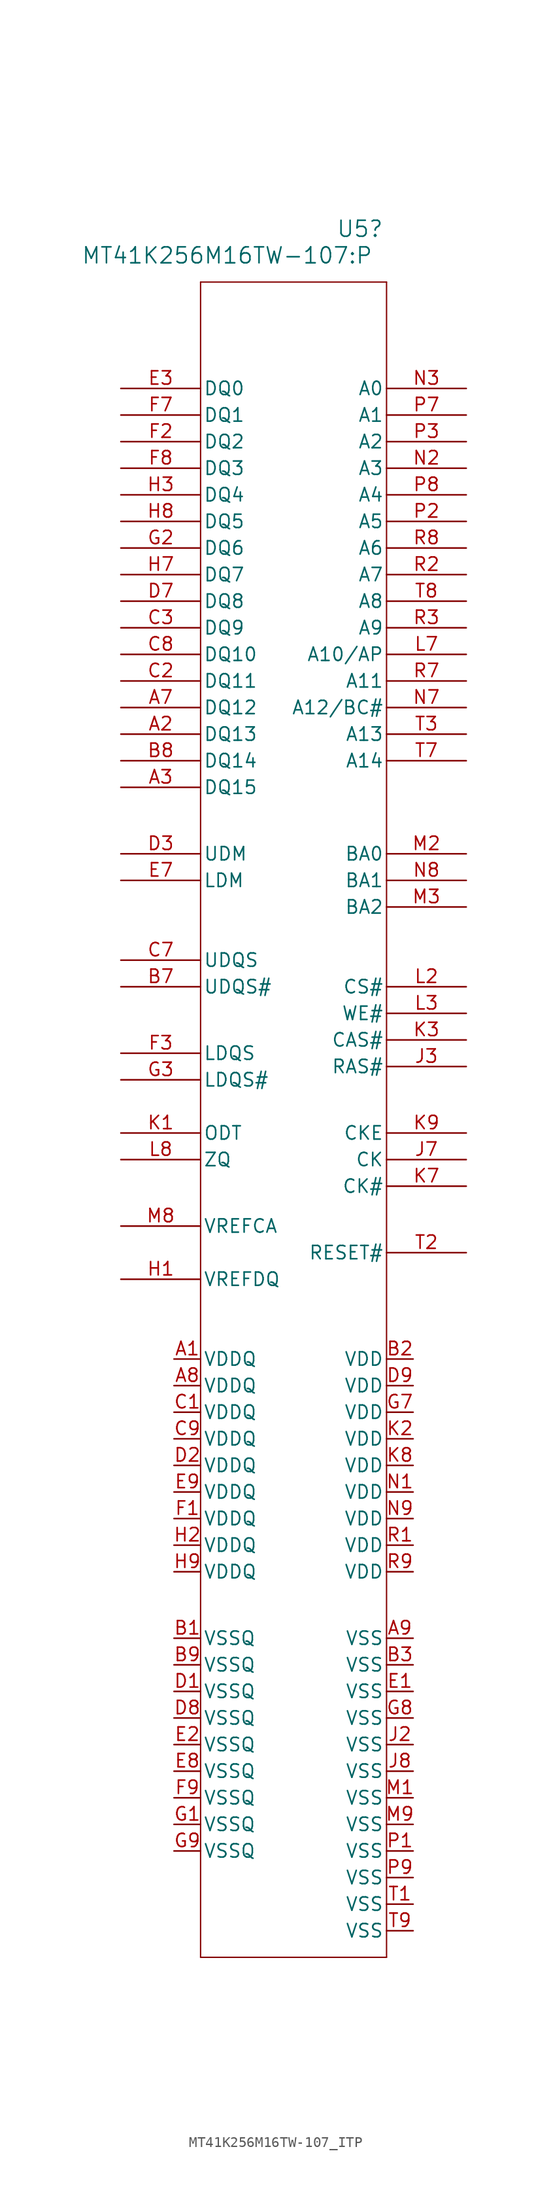
<source format=kicad_sym>
(kicad_symbol_lib
  (version 20231120)
  (generator "kicad_symbol_editor")
  (generator_version "8.0")
  (symbol "MT41K256M16TW-107_ITP"
    (pin_names
      (offset 0.254))
    (property "Reference" "U5"
      (at 22.86 12.7 0)
      (effects (font (size 1.524 1.524))))
    (property "Value" "MT41K256M16TW-107:P"
      (at 10.16 10.16 0)
      (effects (font (size 1.524 1.524))))
    (symbol "MT41K256M16TW-107_ITP_1_0"
      (pin power_in line (at 5.08 -95.25 0) (length 2.54) (name "VDDQ" (effects (font (size 1.27 1.27)))) (number "A1" (effects (font (size 1.27 1.27)))))
      (pin power_in line (at 5.08 -97.79 0) (length 2.54) (name "VDDQ" (effects (font (size 1.27 1.27)))) (number "A8" (effects (font (size 1.27 1.27)))))
      (pin power_in line (at 27.94 -121.92 180) (length 2.54) (name "VSS" (effects (font (size 1.27 1.27)))) (number "A9" (effects (font (size 1.27 1.27)))))
      (pin power_in line (at 5.08 -121.92 0) (length 2.54) (name "VSSQ" (effects (font (size 1.27 1.27)))) (number "B1" (effects (font (size 1.27 1.27)))))
      (pin power_in line (at 27.94 -95.25 180) (length 2.54) (name "VDD" (effects (font (size 1.27 1.27)))) (number "B2" (effects (font (size 1.27 1.27)))))
      (pin power_in line (at 27.94 -124.46 180) (length 2.54) (name "VSS" (effects (font (size 1.27 1.27)))) (number "B3" (effects (font (size 1.27 1.27)))))
      (pin power_in line (at 5.08 -124.46 0) (length 2.54) (name "VSSQ" (effects (font (size 1.27 1.27)))) (number "B9" (effects (font (size 1.27 1.27)))))
      (pin power_in line (at 5.08 -100.33 0) (length 2.54) (name "VDDQ" (effects (font (size 1.27 1.27)))) (number "C1" (effects (font (size 1.27 1.27)))))
      (pin power_in line (at 5.08 -102.87 0) (length 2.54) (name "VDDQ" (effects (font (size 1.27 1.27)))) (number "C9" (effects (font (size 1.27 1.27)))))
      (pin power_in line (at 5.08 -127 0) (length 2.54) (name "VSSQ" (effects (font (size 1.27 1.27)))) (number "D1" (effects (font (size 1.27 1.27)))))
      (pin power_in line (at 5.08 -105.41 0) (length 2.54) (name "VDDQ" (effects (font (size 1.27 1.27)))) (number "D2" (effects (font (size 1.27 1.27)))))
      (pin power_in line (at 5.08 -129.54 0) (length 2.54) (name "VSSQ" (effects (font (size 1.27 1.27)))) (number "D8" (effects (font (size 1.27 1.27)))))
      (pin power_in line (at 27.94 -97.79 180) (length 2.54) (name "VDD" (effects (font (size 1.27 1.27)))) (number "D9" (effects (font (size 1.27 1.27)))))
      (pin power_in line (at 27.94 -127 180) (length 2.54) (name "VSS" (effects (font (size 1.27 1.27)))) (number "E1" (effects (font (size 1.27 1.27)))))
      (pin power_in line (at 5.08 -132.08 0) (length 2.54) (name "VSSQ" (effects (font (size 1.27 1.27)))) (number "E2" (effects (font (size 1.27 1.27)))))
      (pin power_in line (at 5.08 -134.62 0) (length 2.54) (name "VSSQ" (effects (font (size 1.27 1.27)))) (number "E8" (effects (font (size 1.27 1.27)))))
      (pin power_in line (at 5.08 -107.95 0) (length 2.54) (name "VDDQ" (effects (font (size 1.27 1.27)))) (number "E9" (effects (font (size 1.27 1.27)))))
      (pin power_in line (at 5.08 -110.49 0) (length 2.54) (name "VDDQ" (effects (font (size 1.27 1.27)))) (number "F1" (effects (font (size 1.27 1.27)))))
      (pin power_in line (at 5.08 -137.16 0) (length 2.54) (name "VSSQ" (effects (font (size 1.27 1.27)))) (number "F9" (effects (font (size 1.27 1.27)))))
      (pin power_in line (at 5.08 -139.7 0) (length 2.54) (name "VSSQ" (effects (font (size 1.27 1.27)))) (number "G1" (effects (font (size 1.27 1.27)))))
      (pin power_in line (at 27.94 -100.33 180) (length 2.54) (name "VDD" (effects (font (size 1.27 1.27)))) (number "G7" (effects (font (size 1.27 1.27)))))
      (pin power_in line (at 27.94 -129.54 180) (length 2.54) (name "VSS" (effects (font (size 1.27 1.27)))) (number "G8" (effects (font (size 1.27 1.27)))))
      (pin power_in line (at 5.08 -142.24 0) (length 2.54) (name "VSSQ" (effects (font (size 1.27 1.27)))) (number "G9" (effects (font (size 1.27 1.27)))))
      (pin input line (at 0 -87.63 0) (length 7.62) (name "VREFDQ" (effects (font (size 1.27 1.27)))) (number "H1" (effects (font (size 1.27 1.27)))))
      (pin power_in line (at 5.08 -113.03 0) (length 2.54) (name "VDDQ" (effects (font (size 1.27 1.27)))) (number "H2" (effects (font (size 1.27 1.27)))))
      (pin power_in line (at 5.08 -115.57 0) (length 2.54) (name "VDDQ" (effects (font (size 1.27 1.27)))) (number "H9" (effects (font (size 1.27 1.27)))))
      (pin power_in line (at 27.94 -132.08 180) (length 2.54) (name "VSS" (effects (font (size 1.27 1.27)))) (number "J2" (effects (font (size 1.27 1.27)))))
      (pin power_in line (at 27.94 -134.62 180) (length 2.54) (name "VSS" (effects (font (size 1.27 1.27)))) (number "J8" (effects (font (size 1.27 1.27)))))
      (pin power_in line (at 27.94 -102.87 180) (length 2.54) (name "VDD" (effects (font (size 1.27 1.27)))) (number "K2" (effects (font (size 1.27 1.27)))))
      (pin power_in line (at 27.94 -105.41 180) (length 2.54) (name "VDD" (effects (font (size 1.27 1.27)))) (number "K8" (effects (font (size 1.27 1.27)))))
      (pin power_in line (at 27.94 -137.16 180) (length 2.54) (name "VSS" (effects (font (size 1.27 1.27)))) (number "M1" (effects (font (size 1.27 1.27)))))
      (pin power_in line (at 27.94 -139.7 180) (length 2.54) (name "VSS" (effects (font (size 1.27 1.27)))) (number "M9" (effects (font (size 1.27 1.27)))))
      (pin power_in line (at 27.94 -107.95 180) (length 2.54) (name "VDD" (effects (font (size 1.27 1.27)))) (number "N1" (effects (font (size 1.27 1.27)))))
      (pin power_in line (at 27.94 -110.49 180) (length 2.54) (name "VDD" (effects (font (size 1.27 1.27)))) (number "N9" (effects (font (size 1.27 1.27)))))
      (pin power_in line (at 27.94 -142.24 180) (length 2.54) (name "VSS" (effects (font (size 1.27 1.27)))) (number "P1" (effects (font (size 1.27 1.27)))))
      (pin power_in line (at 27.94 -144.78 180) (length 2.54) (name "VSS" (effects (font (size 1.27 1.27)))) (number "P9" (effects (font (size 1.27 1.27)))))
      (pin power_in line (at 27.94 -113.03 180) (length 2.54) (name "VDD" (effects (font (size 1.27 1.27)))) (number "R1" (effects (font (size 1.27 1.27)))))
      (pin power_in line (at 27.94 -115.57 180) (length 2.54) (name "VDD" (effects (font (size 1.27 1.27)))) (number "R9" (effects (font (size 1.27 1.27)))))
      (pin power_in line (at 27.94 -147.32 180) (length 2.54) (name "VSS" (effects (font (size 1.27 1.27)))) (number "T1" (effects (font (size 1.27 1.27)))))
      (pin power_in line (at 27.94 -149.86 180) (length 2.54) (name "VSS" (effects (font (size 1.27 1.27)))) (number "T9" (effects (font (size 1.27 1.27))))))
    (symbol "MT41K256M16TW-107_ITP_1_1"
      (polyline (pts (xy 7.62 -152.4) (xy 25.4 -152.4)) (stroke (width 0.127) (type default)) (fill (type none)))
      (polyline (pts (xy 7.62 7.62) (xy 7.62 -152.4)) (stroke (width 0.127) (type default)) (fill (type none)))
      (polyline (pts (xy 25.4 -152.4) (xy 25.4 7.62)) (stroke (width 0.127) (type default)) (fill (type none)))
      (polyline (pts (xy 25.4 7.62) (xy 7.62 7.62)) (stroke (width 0.127) (type default)) (fill (type none)))
      (pin bidirectional line (at 0 -35.56 0) (length 7.62) (name "DQ13" (effects (font (size 1.27 1.27)))) (number "A2" (effects (font (size 1.27 1.27)))))
      (pin bidirectional line (at 0 -40.64 0) (length 7.62) (name "DQ15" (effects (font (size 1.27 1.27)))) (number "A3" (effects (font (size 1.27 1.27)))))
      (pin bidirectional line (at 0 -33.02 0) (length 7.62) (name "DQ12" (effects (font (size 1.27 1.27)))) (number "A7" (effects (font (size 1.27 1.27)))))
      (pin bidirectional line (at 0 -59.69 0) (length 7.62) (name "UDQS#" (effects (font (size 1.27 1.27)))) (number "B7" (effects (font (size 1.27 1.27)))))
      (pin bidirectional line (at 0 -38.1 0) (length 7.62) (name "DQ14" (effects (font (size 1.27 1.27)))) (number "B8" (effects (font (size 1.27 1.27)))))
      (pin bidirectional line (at 0 -30.48 0) (length 7.62) (name "DQ11" (effects (font (size 1.27 1.27)))) (number "C2" (effects (font (size 1.27 1.27)))))
      (pin bidirectional line (at 0 -25.4 0) (length 7.62) (name "DQ9" (effects (font (size 1.27 1.27)))) (number "C3" (effects (font (size 1.27 1.27)))))
      (pin bidirectional line (at 0 -57.15 0) (length 7.62) (name "UDQS" (effects (font (size 1.27 1.27)))) (number "C7" (effects (font (size 1.27 1.27)))))
      (pin bidirectional line (at 0 -27.94 0) (length 7.62) (name "DQ10" (effects (font (size 1.27 1.27)))) (number "C8" (effects (font (size 1.27 1.27)))))
      (pin input line (at 0 -46.99 0) (length 7.62) (name "UDM" (effects (font (size 1.27 1.27)))) (number "D3" (effects (font (size 1.27 1.27)))))
      (pin bidirectional line (at 0 -22.86 0) (length 7.62) (name "DQ8" (effects (font (size 1.27 1.27)))) (number "D7" (effects (font (size 1.27 1.27)))))
      (pin bidirectional line (at 0 -2.54 0) (length 7.62) (name "DQ0" (effects (font (size 1.27 1.27)))) (number "E3" (effects (font (size 1.27 1.27)))))
      (pin input line (at 0 -49.53 0) (length 7.62) (name "LDM" (effects (font (size 1.27 1.27)))) (number "E7" (effects (font (size 1.27 1.27)))))
      (pin bidirectional line (at 0 -7.62 0) (length 7.62) (name "DQ2" (effects (font (size 1.27 1.27)))) (number "F2" (effects (font (size 1.27 1.27)))))
      (pin bidirectional line (at 0 -66.04 0) (length 7.62) (name "LDQS" (effects (font (size 1.27 1.27)))) (number "F3" (effects (font (size 1.27 1.27)))))
      (pin bidirectional line (at 0 -5.08 0) (length 7.62) (name "DQ1" (effects (font (size 1.27 1.27)))) (number "F7" (effects (font (size 1.27 1.27)))))
      (pin bidirectional line (at 0 -10.16 0) (length 7.62) (name "DQ3" (effects (font (size 1.27 1.27)))) (number "F8" (effects (font (size 1.27 1.27)))))
      (pin bidirectional line (at 0 -17.78 0) (length 7.62) (name "DQ6" (effects (font (size 1.27 1.27)))) (number "G2" (effects (font (size 1.27 1.27)))))
      (pin bidirectional line (at 0 -68.58 0) (length 7.62) (name "LDQS#" (effects (font (size 1.27 1.27)))) (number "G3" (effects (font (size 1.27 1.27)))))
      (pin bidirectional line (at 0 -12.7 0) (length 7.62) (name "DQ4" (effects (font (size 1.27 1.27)))) (number "H3" (effects (font (size 1.27 1.27)))))
      (pin bidirectional line (at 0 -20.32 0) (length 7.62) (name "DQ7" (effects (font (size 1.27 1.27)))) (number "H7" (effects (font (size 1.27 1.27)))))
      (pin bidirectional line (at 0 -15.24 0) (length 7.62) (name "DQ5" (effects (font (size 1.27 1.27)))) (number "H8" (effects (font (size 1.27 1.27)))))
      (pin input line (at 33.02 -67.31 180) (length 7.62) (name "RAS#" (effects (font (size 1.27 1.27)))) (number "J3" (effects (font (size 1.27 1.27)))))
      (pin input line (at 33.02 -76.2 180) (length 7.62) (name "CK" (effects (font (size 1.27 1.27)))) (number "J7" (effects (font (size 1.27 1.27)))))
      (pin input line (at 0 -73.66 0) (length 7.62) (name "ODT" (effects (font (size 1.27 1.27)))) (number "K1" (effects (font (size 1.27 1.27)))))
      (pin input line (at 33.02 -64.77 180) (length 7.62) (name "CAS#" (effects (font (size 1.27 1.27)))) (number "K3" (effects (font (size 1.27 1.27)))))
      (pin input line (at 33.02 -78.74 180) (length 7.62) (name "CK#" (effects (font (size 1.27 1.27)))) (number "K7" (effects (font (size 1.27 1.27)))))
      (pin input line (at 33.02 -73.66 180) (length 7.62) (name "CKE" (effects (font (size 1.27 1.27)))) (number "K9" (effects (font (size 1.27 1.27)))))
      (pin input line (at 33.02 -59.69 180) (length 7.62) (name "CS#" (effects (font (size 1.27 1.27)))) (number "L2" (effects (font (size 1.27 1.27)))))
      (pin input line (at 33.02 -62.23 180) (length 7.62) (name "WE#" (effects (font (size 1.27 1.27)))) (number "L3" (effects (font (size 1.27 1.27)))))
      (pin input line (at 33.02 -27.94 180) (length 7.62) (name "A10/AP" (effects (font (size 1.27 1.27)))) (number "L7" (effects (font (size 1.27 1.27)))))
      (pin input line (at 0 -76.2 0) (length 7.62) (name "ZQ" (effects (font (size 1.27 1.27)))) (number "L8" (effects (font (size 1.27 1.27)))))
      (pin input line (at 33.02 -46.99 180) (length 7.62) (name "BA0" (effects (font (size 1.27 1.27)))) (number "M2" (effects (font (size 1.27 1.27)))))
      (pin input line (at 33.02 -52.07 180) (length 7.62) (name "BA2" (effects (font (size 1.27 1.27)))) (number "M3" (effects (font (size 1.27 1.27)))))
      (pin input line (at 0 -82.55 0) (length 7.62) (name "VREFCA" (effects (font (size 1.27 1.27)))) (number "M8" (effects (font (size 1.27 1.27)))))
      (pin input line (at 33.02 -10.16 180) (length 7.62) (name "A3" (effects (font (size 1.27 1.27)))) (number "N2" (effects (font (size 1.27 1.27)))))
      (pin input line (at 33.02 -2.54 180) (length 7.62) (name "A0" (effects (font (size 1.27 1.27)))) (number "N3" (effects (font (size 1.27 1.27)))))
      (pin input line (at 33.02 -33.02 180) (length 7.62) (name "A12/BC#" (effects (font (size 1.27 1.27)))) (number "N7" (effects (font (size 1.27 1.27)))))
      (pin input line (at 33.02 -49.53 180) (length 7.62) (name "BA1" (effects (font (size 1.27 1.27)))) (number "N8" (effects (font (size 1.27 1.27)))))
      (pin input line (at 33.02 -15.24 180) (length 7.62) (name "A5" (effects (font (size 1.27 1.27)))) (number "P2" (effects (font (size 1.27 1.27)))))
      (pin input line (at 33.02 -7.62 180) (length 7.62) (name "A2" (effects (font (size 1.27 1.27)))) (number "P3" (effects (font (size 1.27 1.27)))))
      (pin input line (at 33.02 -5.08 180) (length 7.62) (name "A1" (effects (font (size 1.27 1.27)))) (number "P7" (effects (font (size 1.27 1.27)))))
      (pin input line (at 33.02 -12.7 180) (length 7.62) (name "A4" (effects (font (size 1.27 1.27)))) (number "P8" (effects (font (size 1.27 1.27)))))
      (pin input line (at 33.02 -20.32 180) (length 7.62) (name "A7" (effects (font (size 1.27 1.27)))) (number "R2" (effects (font (size 1.27 1.27)))))
      (pin input line (at 33.02 -25.4 180) (length 7.62) (name "A9" (effects (font (size 1.27 1.27)))) (number "R3" (effects (font (size 1.27 1.27)))))
      (pin input line (at 33.02 -30.48 180) (length 7.62) (name "A11" (effects (font (size 1.27 1.27)))) (number "R7" (effects (font (size 1.27 1.27)))))
      (pin input line (at 33.02 -17.78 180) (length 7.62) (name "A6" (effects (font (size 1.27 1.27)))) (number "R8" (effects (font (size 1.27 1.27)))))
      (pin input line (at 33.02 -85.09 180) (length 7.62) (name "RESET#" (effects (font (size 1.27 1.27)))) (number "T2" (effects (font (size 1.27 1.27)))))
      (pin input line (at 33.02 -35.56 180) (length 7.62) (name "A13" (effects (font (size 1.27 1.27)))) (number "T3" (effects (font (size 1.27 1.27)))))
      (pin input line (at 33.02 -38.1 180) (length 7.62) (name "A14" (effects (font (size 1.27 1.27)))) (number "T7" (effects (font (size 1.27 1.27)))))
      (pin input line (at 33.02 -22.86 180) (length 7.62) (name "A8" (effects (font (size 1.27 1.27)))) (number "T8" (effects (font (size 1.27 1.27))))))))
</source>
